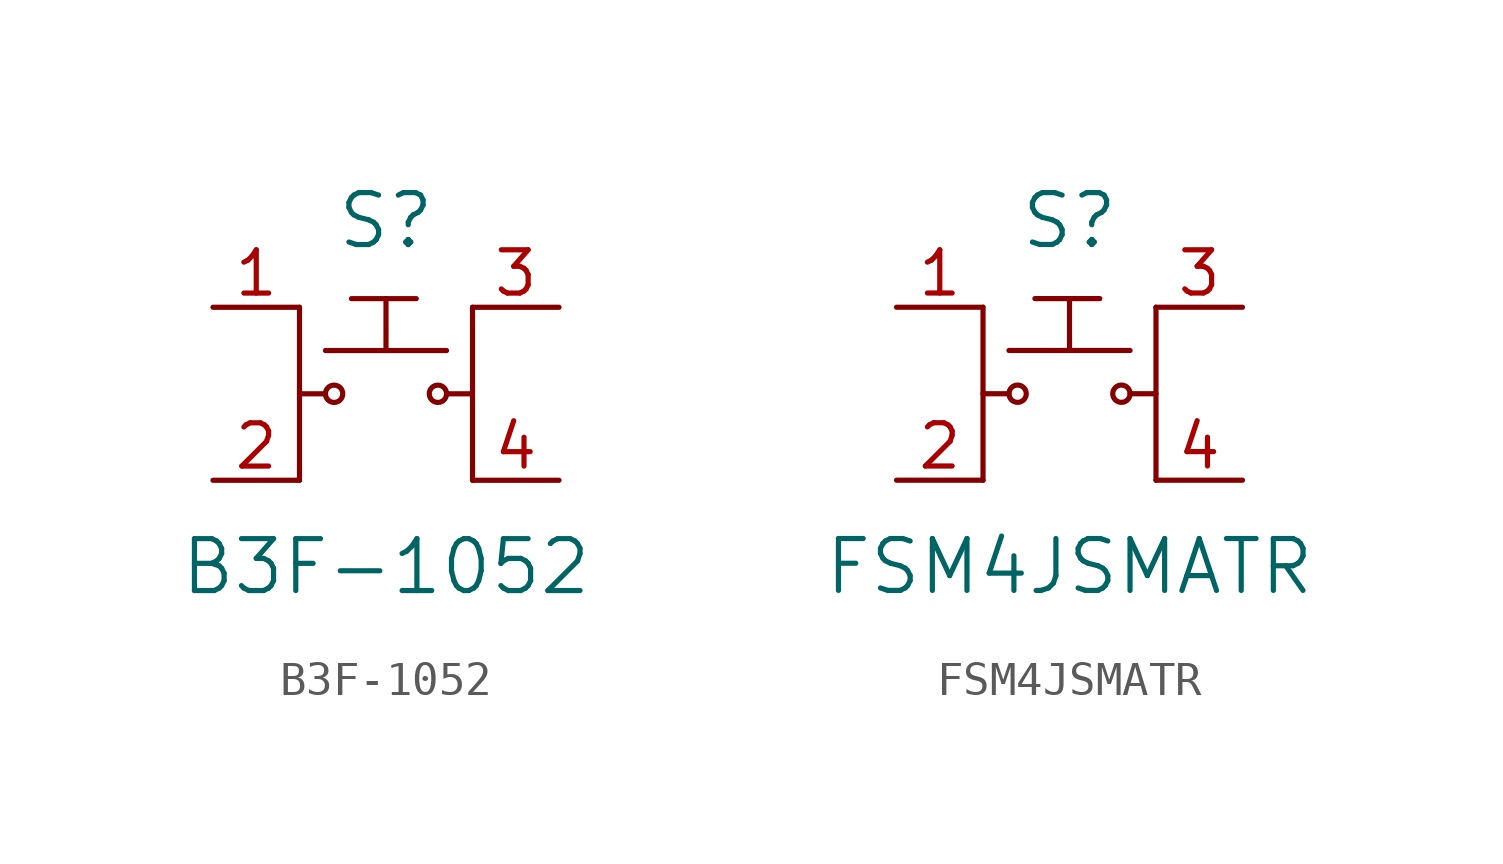
<source format=kicad_sym>
(kicad_symbol_lib
  (version 20211014)
  (generator kicad_symbol_editor)
  (symbol "B3F-1052"
    (pin_names
      (offset 1.016))
    (property "Reference" "S"
      (at 0 5.08 0)
      (effects (font (size 1.524 1.524))))
    (property "Value" "B3F-1052"
      (at 0 -5.08 0)
      (effects (font (size 1.524 1.524))))
    (symbol "B3F-1052_0_1"
      (circle (center -1.524 0) (radius 0.254) (stroke (width 0) (type default) (color 0 0 0 0)) (fill (type none)))
      (polyline (pts (xy -2.54 2.54) (xy -2.54 -2.54)) (stroke (width 0) (type default) (color 0 0 0 0)) (fill (type none)))
      (polyline (pts (xy -1.778 0) (xy -2.54 0)) (stroke (width 0) (type default) (color 0 0 0 0)) (fill (type none)))
      (polyline (pts (xy -1.778 1.27) (xy 1.778 1.27)) (stroke (width 0) (type default) (color 0 0 0 0)) (fill (type none)))
      (polyline (pts (xy 2.54 -2.54) (xy 2.54 2.54)) (stroke (width 0) (type default) (color 0 0 0 0)) (fill (type none)))
      (polyline (pts (xy 2.54 0) (xy 1.778 0)) (stroke (width 0) (type default) (color 0 0 0 0)) (fill (type none)))
      (circle (center 1.524 0) (radius 0.254) (stroke (width 0) (type default) (color 0 0 0 0)) (fill (type none))))
    (symbol "B3F-1052_1_1"
      (polyline (pts (xy -1.016 2.794) (xy 0.889 2.794)) (stroke (width 0) (type default) (color 0 0 0 0)) (fill (type none)))
      (polyline (pts (xy 0 2.794) (xy 0 1.27)) (stroke (width 0) (type default) (color 0 0 0 0)) (fill (type none)))
      (pin passive line (at -5.08 2.54 0) (length 2.54) (name "~" (effects (font (size 1.27 1.27)))) (number "1" (effects (font (size 1.27 1.27)))))
      (pin passive line (at -5.08 -2.54 0) (length 2.54) (name "~" (effects (font (size 1.27 1.27)))) (number "2" (effects (font (size 1.27 1.27)))))
      (pin passive line (at 5.08 2.54 180) (length 2.54) (name "~" (effects (font (size 1.27 1.27)))) (number "3" (effects (font (size 1.27 1.27)))))
      (pin passive line (at 5.08 -2.54 180) (length 2.54) (name "~" (effects (font (size 1.27 1.27)))) (number "4" (effects (font (size 1.27 1.27)))))))
  (symbol "FSM4JSMATR"
    (pin_names
      (offset 1.016))
    (property "Reference" "S"
      (at 0 5.08 0)
      (effects (font (size 1.524 1.524))))
    (property "Value" "FSM4JSMATR"
      (at 0 -5.08 0)
      (effects (font (size 1.524 1.524))))
    (symbol "FSM4JSMATR_0_1"
      (circle (center -1.524 0) (radius 0.254) (stroke (width 0) (type default) (color 0 0 0 0)) (fill (type none)))
      (polyline (pts (xy -2.54 2.54) (xy -2.54 -2.54)) (stroke (width 0) (type default) (color 0 0 0 0)) (fill (type none)))
      (polyline (pts (xy -1.778 0) (xy -2.54 0)) (stroke (width 0) (type default) (color 0 0 0 0)) (fill (type none)))
      (polyline (pts (xy -1.778 1.27) (xy 1.778 1.27)) (stroke (width 0) (type default) (color 0 0 0 0)) (fill (type none)))
      (polyline (pts (xy 2.54 -2.54) (xy 2.54 2.54)) (stroke (width 0) (type default) (color 0 0 0 0)) (fill (type none)))
      (polyline (pts (xy 2.54 0) (xy 1.778 0)) (stroke (width 0) (type default) (color 0 0 0 0)) (fill (type none)))
      (circle (center 1.524 0) (radius 0.254) (stroke (width 0) (type default) (color 0 0 0 0)) (fill (type none))))
    (symbol "FSM4JSMATR_1_1"
      (polyline (pts (xy -1.016 2.794) (xy 0.889 2.794)) (stroke (width 0) (type default) (color 0 0 0 0)) (fill (type none)))
      (polyline (pts (xy 0 2.794) (xy 0 1.27)) (stroke (width 0) (type default) (color 0 0 0 0)) (fill (type none)))
      (pin passive line (at -5.08 2.54 0) (length 2.54) (name "~" (effects (font (size 1.27 1.27)))) (number "1" (effects (font (size 1.27 1.27)))))
      (pin passive line (at -5.08 -2.54 0) (length 2.54) (name "~" (effects (font (size 1.27 1.27)))) (number "2" (effects (font (size 1.27 1.27)))))
      (pin passive line (at 5.08 2.54 180) (length 2.54) (name "~" (effects (font (size 1.27 1.27)))) (number "3" (effects (font (size 1.27 1.27)))))
      (pin passive line (at 5.08 -2.54 180) (length 2.54) (name "~" (effects (font (size 1.27 1.27)))) (number "4" (effects (font (size 1.27 1.27))))))))
</source>
